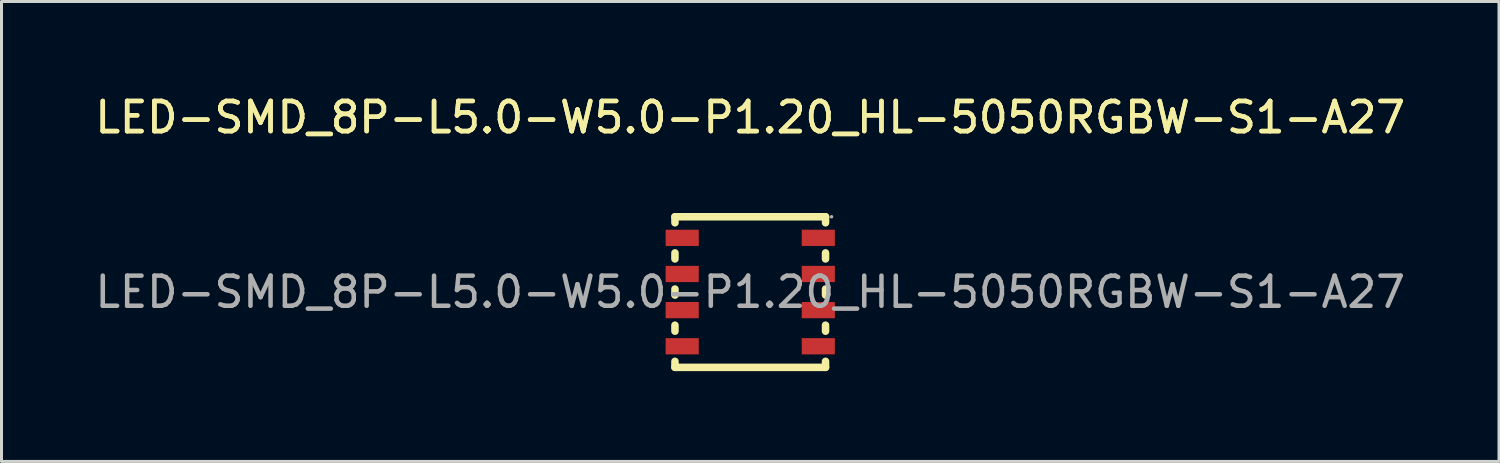
<source format=kicad_pcb>
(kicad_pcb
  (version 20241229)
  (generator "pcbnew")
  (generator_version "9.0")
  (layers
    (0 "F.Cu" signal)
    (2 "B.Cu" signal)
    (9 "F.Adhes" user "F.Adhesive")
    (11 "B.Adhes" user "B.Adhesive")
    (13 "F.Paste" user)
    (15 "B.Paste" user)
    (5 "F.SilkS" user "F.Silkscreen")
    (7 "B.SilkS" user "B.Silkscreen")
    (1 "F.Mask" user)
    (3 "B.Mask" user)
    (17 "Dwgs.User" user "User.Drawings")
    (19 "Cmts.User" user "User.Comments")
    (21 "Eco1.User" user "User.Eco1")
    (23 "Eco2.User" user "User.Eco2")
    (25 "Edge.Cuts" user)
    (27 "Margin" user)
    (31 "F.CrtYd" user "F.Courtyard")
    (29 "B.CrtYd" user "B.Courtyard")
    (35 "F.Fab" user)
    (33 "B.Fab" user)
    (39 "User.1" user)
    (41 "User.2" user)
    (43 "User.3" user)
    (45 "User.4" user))
  (footprint "LED-SMD_8P-L5.0-W5.0-P1.20_HL-5050RGBW-S1-A27"
    (layer "F.Cu")
    (at 21.863 6.648)
    (property "Reference" "LED-SMD_8P-L5.0-W5.0-P1.20_HL-5050RGBW-S1-A27" (at 0 -5.8 0) (layer "F.SilkS") (effects (font (size 1 1) (thickness 0.15))))
    (attr through_hole)
    (fp_line (start -2.5 -2.5) (end -2.5 -2.3) (stroke (width 0.25) (type solid)) (layer "F.SilkS"))
    (fp_line (start -2.5 -1.3) (end -2.5 -1.1) (stroke (width 0.25) (type solid)) (layer "F.SilkS"))
    (fp_line (start -2.5 -0.1) (end -2.5 0.1) (stroke (width 0.25) (type solid)) (layer "F.SilkS"))
    (fp_line (start -2.5 1.1) (end -2.5 1.3) (stroke (width 0.25) (type solid)) (layer "F.SilkS"))
    (fp_line (start -2.5 2.3) (end -2.5 2.5) (stroke (width 0.25) (type solid)) (layer "F.SilkS"))
    (fp_line (start -2.5 2.5) (end 2.5 2.5) (stroke (width 0.25) (type solid)) (layer "F.SilkS"))
    (fp_line (start 2.5 -2.5) (end -2.5 -2.5) (stroke (width 0.25) (type solid)) (layer "F.SilkS"))
    (fp_line (start 2.5 -2.3) (end 2.5 -2.5) (stroke (width 0.25) (type solid)) (layer "F.SilkS"))
    (fp_line (start 2.5 -1.1) (end 2.5 -1.3) (stroke (width 0.25) (type solid)) (layer "F.SilkS"))
    (fp_line (start 2.5 0.1) (end 2.5 -0.1) (stroke (width 0.25) (type solid)) (layer "F.SilkS"))
    (fp_line (start 2.5 1.3) (end 2.5 1.1) (stroke (width 0.25) (type solid)) (layer "F.SilkS"))
    (fp_line (start 2.5 2.5) (end 2.5 2.3) (stroke (width 0.25) (type solid)) (layer "F.SilkS"))
    (fp_circle (center 2.7 -2.5) (end 2.73 -2.5) (stroke (width 0.06) (type solid)) (fill no) (layer "F.Fab"))
    (fp_text user "${REFERENCE}" (at 0 -5.8 0) (layer "F.SilkS") (effects (font (size 1 1) (thickness 0.15))))
    (fp_text user "${REFERENCE}" (at 0 0 0) (layer "F.Fab") (effects (font (size 1 1) (thickness 0.15))))
    (pad "1" smd rect (at 2.26 -1.8 90) (size 0.54 1.1) (layers "F.Cu" "F.Mask" "F.Paste"))
    (pad "2" smd rect (at -2.26 -1.8 90) (size 0.54 1.1) (layers "F.Cu" "F.Mask" "F.Paste"))
    (pad "3" smd rect (at 2.26 -0.6 90) (size 0.54 1.1) (layers "F.Cu" "F.Mask" "F.Paste"))
    (pad "4" smd rect (at -2.26 -0.6 90) (size 0.54 1.1) (layers "F.Cu" "F.Mask" "F.Paste"))
    (pad "5" smd rect (at 2.26 0.6 90) (size 0.54 1.1) (layers "F.Cu" "F.Mask" "F.Paste"))
    (pad "6" smd rect (at -2.26 0.6 90) (size 0.54 1.1) (layers "F.Cu" "F.Mask" "F.Paste"))
    (pad "7" smd rect (at 2.26 1.8 90) (size 0.54 1.1) (layers "F.Cu" "F.Mask" "F.Paste"))
    (pad "8" smd rect (at -2.26 1.8 90) (size 0.54 1.1) (layers "F.Cu" "F.Mask" "F.Paste")))
  (gr_rect
    (start -3 -3)
    (end 46.726 12.273)
    (stroke (width 0.1) (type default))
    (fill no)
    (layer "Edge.Cuts")))
</source>
